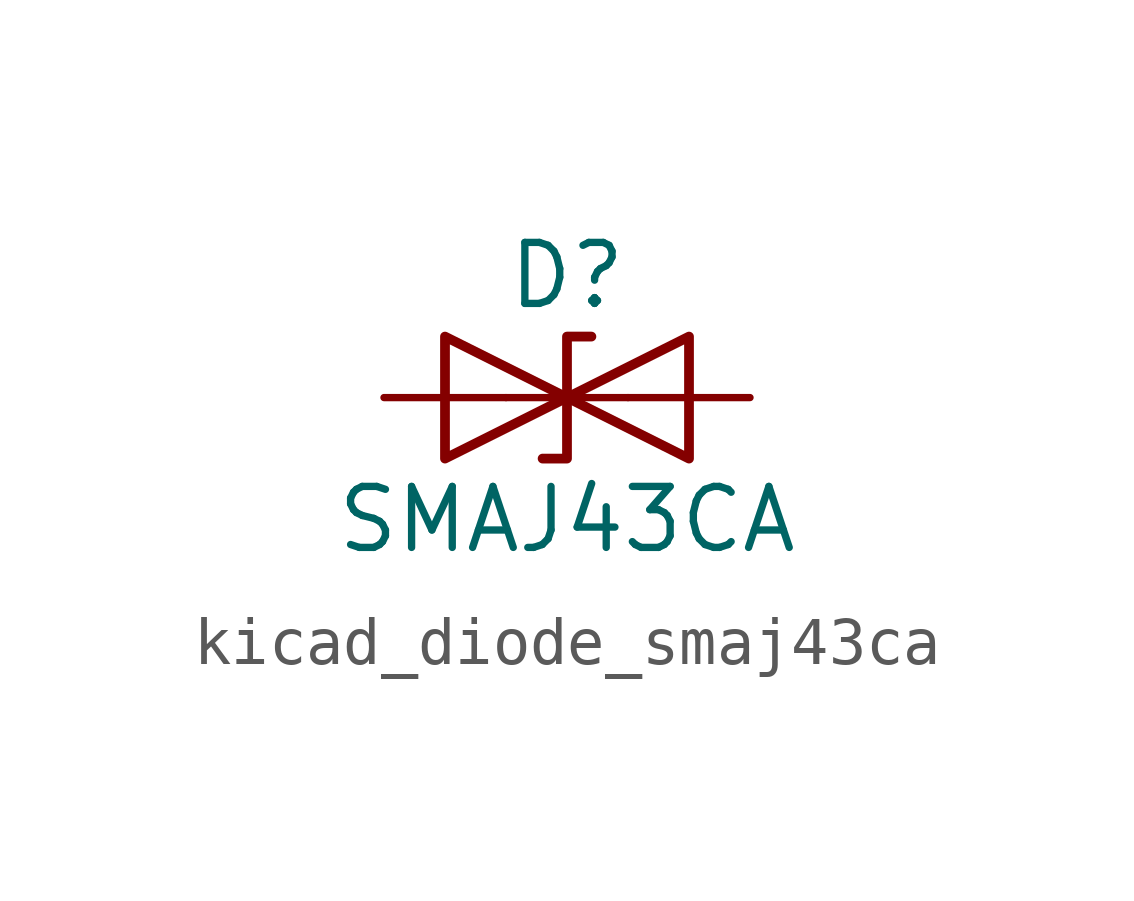
<source format=kicad_sym>
(kicad_symbol_lib
  (version 20220914)
  (generator kicad_symbol_editor)
  (symbol "kicad_diode_smaj43ca"
    (pin_numbers hide)
    (pin_names
      (offset 1.016) hide)
    (property "Reference" "D"
      (at 0 2.54 0)
      (effects (font (size 1.27 1.27))))
    (property "Value" "SMAJ43CA"
      (at 0 -2.54 0)
      (effects (font (size 1.27 1.27))))
    (symbol "kicad_diode_smaj43ca_0_1"
      (polyline (pts (xy 1.27 0) (xy -1.27 0)) (stroke (width 0) (type default)) (fill (type none)))
      (polyline (pts (xy -2.54 -1.27) (xy 0 0) (xy -2.54 1.27) (xy -2.54 -1.27)) (stroke (width 0.203) (type default)) (fill (type none)))
      (polyline (pts (xy 0.508 1.27) (xy 0 1.27) (xy 0 -1.27) (xy -0.508 -1.27)) (stroke (width 0.203) (type default)) (fill (type none)))
      (polyline (pts (xy 2.54 1.27) (xy 2.54 -1.27) (xy 0 0) (xy 2.54 1.27)) (stroke (width 0.203) (type default)) (fill (type none))))
    (symbol "kicad_diode_smaj43ca_1_1"
      (pin passive line (at -3.81 0 0) (length 2.54) (name "A1" (effects (font (size 1.27 1.27)))) (number "1" (effects (font (size 1.27 1.27)))))
      (pin passive line (at 3.81 0 180) (length 2.54) (name "A2" (effects (font (size 1.27 1.27)))) (number "2" (effects (font (size 1.27 1.27))))))))
</source>
